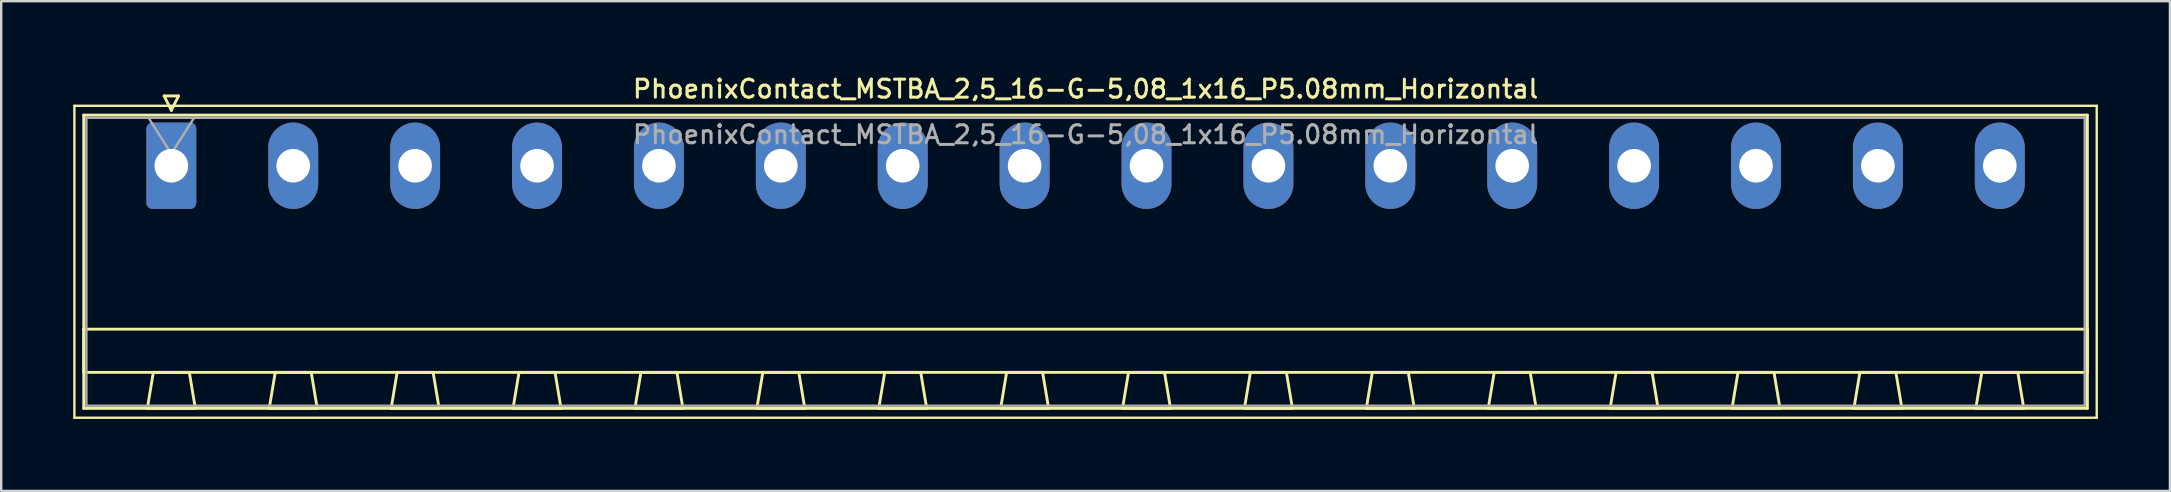
<source format=kicad_pcb>
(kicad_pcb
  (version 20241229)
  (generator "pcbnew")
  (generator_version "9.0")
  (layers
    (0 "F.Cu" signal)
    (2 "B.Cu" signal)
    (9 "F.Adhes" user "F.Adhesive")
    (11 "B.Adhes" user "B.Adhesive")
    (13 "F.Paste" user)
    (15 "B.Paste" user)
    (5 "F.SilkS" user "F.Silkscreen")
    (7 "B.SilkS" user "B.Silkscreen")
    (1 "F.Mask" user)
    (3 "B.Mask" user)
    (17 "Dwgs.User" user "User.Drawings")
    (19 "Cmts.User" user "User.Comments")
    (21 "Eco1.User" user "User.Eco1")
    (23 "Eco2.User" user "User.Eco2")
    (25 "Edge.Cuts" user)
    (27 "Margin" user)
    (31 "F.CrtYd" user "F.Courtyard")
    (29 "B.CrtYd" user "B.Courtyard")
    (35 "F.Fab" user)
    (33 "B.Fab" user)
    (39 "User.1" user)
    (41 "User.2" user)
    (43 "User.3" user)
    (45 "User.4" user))
  (footprint "PhoenixContact_MSTBA_2,5_16-G-5,08_1x16_P5.08mm_Horizontal"
    (layer "F.Cu")
    (at 4.09 3.858)
    (property "Reference" "PhoenixContact_MSTBA_2,5_16-G-5,08_1x16_P5.08mm_Horizontal" (at 38.1 -3.2 0) (layer "F.SilkS") (effects (font (size 0.75 0.75) (thickness 0.125))))
    (attr through_hole)
    (fp_line (start -4.04 -2.5) (end -4.04 10.5) (stroke (width 0.1) (type solid)) (layer "F.SilkS"))
    (fp_line (start -4.04 10.5) (end 80.24 10.5) (stroke (width 0.1) (type solid)) (layer "F.SilkS"))
    (fp_line (start -3.65 -2.11) (end -3.65 10.11) (stroke (width 0.12) (type solid)) (layer "F.SilkS"))
    (fp_line (start -3.65 6.81) (end 79.85 6.81) (stroke (width 0.12) (type solid)) (layer "F.SilkS"))
    (fp_line (start -3.65 8.61) (end -3.65 6.81) (stroke (width 0.12) (type solid)) (layer "F.SilkS"))
    (fp_line (start -3.65 10.11) (end 79.85 10.11) (stroke (width 0.12) (type solid)) (layer "F.SilkS"))
    (fp_line (start -1 10.11) (end 1 10.11) (stroke (width 0.12) (type solid)) (layer "F.SilkS"))
    (fp_line (start -0.75 8.61) (end -1 10.11) (stroke (width 0.12) (type solid)) (layer "F.SilkS"))
    (fp_line (start -0.3 -2.91) (end 0.3 -2.91) (stroke (width 0.12) (type solid)) (layer "F.SilkS"))
    (fp_line (start 0 -2.31) (end -0.3 -2.91) (stroke (width 0.12) (type solid)) (layer "F.SilkS"))
    (fp_line (start 0.3 -2.91) (end 0 -2.31) (stroke (width 0.12) (type solid)) (layer "F.SilkS"))
    (fp_line (start 0.75 8.61) (end -0.75 8.61) (stroke (width 0.12) (type solid)) (layer "F.SilkS"))
    (fp_line (start 1 10.11) (end 0.75 8.61) (stroke (width 0.12) (type solid)) (layer "F.SilkS"))
    (fp_line (start 4.08 10.11) (end 6.08 10.11) (stroke (width 0.12) (type solid)) (layer "F.SilkS"))
    (fp_line (start 4.33 8.61) (end 4.08 10.11) (stroke (width 0.12) (type solid)) (layer "F.SilkS"))
    (fp_line (start 5.83 8.61) (end 4.33 8.61) (stroke (width 0.12) (type solid)) (layer "F.SilkS"))
    (fp_line (start 6.08 10.11) (end 5.83 8.61) (stroke (width 0.12) (type solid)) (layer "F.SilkS"))
    (fp_line (start 9.16 10.11) (end 11.16 10.11) (stroke (width 0.12) (type solid)) (layer "F.SilkS"))
    (fp_line (start 9.41 8.61) (end 9.16 10.11) (stroke (width 0.12) (type solid)) (layer "F.SilkS"))
    (fp_line (start 10.91 8.61) (end 9.41 8.61) (stroke (width 0.12) (type solid)) (layer "F.SilkS"))
    (fp_line (start 11.16 10.11) (end 10.91 8.61) (stroke (width 0.12) (type solid)) (layer "F.SilkS"))
    (fp_line (start 14.24 10.11) (end 16.24 10.11) (stroke (width 0.12) (type solid)) (layer "F.SilkS"))
    (fp_line (start 14.49 8.61) (end 14.24 10.11) (stroke (width 0.12) (type solid)) (layer "F.SilkS"))
    (fp_line (start 15.99 8.61) (end 14.49 8.61) (stroke (width 0.12) (type solid)) (layer "F.SilkS"))
    (fp_line (start 16.24 10.11) (end 15.99 8.61) (stroke (width 0.12) (type solid)) (layer "F.SilkS"))
    (fp_line (start 19.32 10.11) (end 21.32 10.11) (stroke (width 0.12) (type solid)) (layer "F.SilkS"))
    (fp_line (start 19.57 8.61) (end 19.32 10.11) (stroke (width 0.12) (type solid)) (layer "F.SilkS"))
    (fp_line (start 21.07 8.61) (end 19.57 8.61) (stroke (width 0.12) (type solid)) (layer "F.SilkS"))
    (fp_line (start 21.32 10.11) (end 21.07 8.61) (stroke (width 0.12) (type solid)) (layer "F.SilkS"))
    (fp_line (start 24.4 10.11) (end 26.4 10.11) (stroke (width 0.12) (type solid)) (layer "F.SilkS"))
    (fp_line (start 24.65 8.61) (end 24.4 10.11) (stroke (width 0.12) (type solid)) (layer "F.SilkS"))
    (fp_line (start 26.15 8.61) (end 24.65 8.61) (stroke (width 0.12) (type solid)) (layer "F.SilkS"))
    (fp_line (start 26.4 10.11) (end 26.15 8.61) (stroke (width 0.12) (type solid)) (layer "F.SilkS"))
    (fp_line (start 29.48 10.11) (end 31.48 10.11) (stroke (width 0.12) (type solid)) (layer "F.SilkS"))
    (fp_line (start 29.73 8.61) (end 29.48 10.11) (stroke (width 0.12) (type solid)) (layer "F.SilkS"))
    (fp_line (start 31.23 8.61) (end 29.73 8.61) (stroke (width 0.12) (type solid)) (layer "F.SilkS"))
    (fp_line (start 31.48 10.11) (end 31.23 8.61) (stroke (width 0.12) (type solid)) (layer "F.SilkS"))
    (fp_line (start 34.56 10.11) (end 36.56 10.11) (stroke (width 0.12) (type solid)) (layer "F.SilkS"))
    (fp_line (start 34.81 8.61) (end 34.56 10.11) (stroke (width 0.12) (type solid)) (layer "F.SilkS"))
    (fp_line (start 36.31 8.61) (end 34.81 8.61) (stroke (width 0.12) (type solid)) (layer "F.SilkS"))
    (fp_line (start 36.56 10.11) (end 36.31 8.61) (stroke (width 0.12) (type solid)) (layer "F.SilkS"))
    (fp_line (start 39.64 10.11) (end 41.64 10.11) (stroke (width 0.12) (type solid)) (layer "F.SilkS"))
    (fp_line (start 39.89 8.61) (end 39.64 10.11) (stroke (width 0.12) (type solid)) (layer "F.SilkS"))
    (fp_line (start 41.39 8.61) (end 39.89 8.61) (stroke (width 0.12) (type solid)) (layer "F.SilkS"))
    (fp_line (start 41.64 10.11) (end 41.39 8.61) (stroke (width 0.12) (type solid)) (layer "F.SilkS"))
    (fp_line (start 44.72 10.11) (end 46.72 10.11) (stroke (width 0.12) (type solid)) (layer "F.SilkS"))
    (fp_line (start 44.97 8.61) (end 44.72 10.11) (stroke (width 0.12) (type solid)) (layer "F.SilkS"))
    (fp_line (start 46.47 8.61) (end 44.97 8.61) (stroke (width 0.12) (type solid)) (layer "F.SilkS"))
    (fp_line (start 46.72 10.11) (end 46.47 8.61) (stroke (width 0.12) (type solid)) (layer "F.SilkS"))
    (fp_line (start 49.8 10.11) (end 51.8 10.11) (stroke (width 0.12) (type solid)) (layer "F.SilkS"))
    (fp_line (start 50.05 8.61) (end 49.8 10.11) (stroke (width 0.12) (type solid)) (layer "F.SilkS"))
    (fp_line (start 51.55 8.61) (end 50.05 8.61) (stroke (width 0.12) (type solid)) (layer "F.SilkS"))
    (fp_line (start 51.8 10.11) (end 51.55 8.61) (stroke (width 0.12) (type solid)) (layer "F.SilkS"))
    (fp_line (start 54.88 10.11) (end 56.88 10.11) (stroke (width 0.12) (type solid)) (layer "F.SilkS"))
    (fp_line (start 55.13 8.61) (end 54.88 10.11) (stroke (width 0.12) (type solid)) (layer "F.SilkS"))
    (fp_line (start 56.63 8.61) (end 55.13 8.61) (stroke (width 0.12) (type solid)) (layer "F.SilkS"))
    (fp_line (start 56.88 10.11) (end 56.63 8.61) (stroke (width 0.12) (type solid)) (layer "F.SilkS"))
    (fp_line (start 59.96 10.11) (end 61.96 10.11) (stroke (width 0.12) (type solid)) (layer "F.SilkS"))
    (fp_line (start 60.21 8.61) (end 59.96 10.11) (stroke (width 0.12) (type solid)) (layer "F.SilkS"))
    (fp_line (start 61.71 8.61) (end 60.21 8.61) (stroke (width 0.12) (type solid)) (layer "F.SilkS"))
    (fp_line (start 61.96 10.11) (end 61.71 8.61) (stroke (width 0.12) (type solid)) (layer "F.SilkS"))
    (fp_line (start 65.04 10.11) (end 67.04 10.11) (stroke (width 0.12) (type solid)) (layer "F.SilkS"))
    (fp_line (start 65.29 8.61) (end 65.04 10.11) (stroke (width 0.12) (type solid)) (layer "F.SilkS"))
    (fp_line (start 66.79 8.61) (end 65.29 8.61) (stroke (width 0.12) (type solid)) (layer "F.SilkS"))
    (fp_line (start 67.04 10.11) (end 66.79 8.61) (stroke (width 0.12) (type solid)) (layer "F.SilkS"))
    (fp_line (start 70.12 10.11) (end 72.12 10.11) (stroke (width 0.12) (type solid)) (layer "F.SilkS"))
    (fp_line (start 70.37 8.61) (end 70.12 10.11) (stroke (width 0.12) (type solid)) (layer "F.SilkS"))
    (fp_line (start 71.87 8.61) (end 70.37 8.61) (stroke (width 0.12) (type solid)) (layer "F.SilkS"))
    (fp_line (start 72.12 10.11) (end 71.87 8.61) (stroke (width 0.12) (type solid)) (layer "F.SilkS"))
    (fp_line (start 75.2 10.11) (end 77.2 10.11) (stroke (width 0.12) (type solid)) (layer "F.SilkS"))
    (fp_line (start 75.45 8.61) (end 75.2 10.11) (stroke (width 0.12) (type solid)) (layer "F.SilkS"))
    (fp_line (start 76.95 8.61) (end 75.45 8.61) (stroke (width 0.12) (type solid)) (layer "F.SilkS"))
    (fp_line (start 77.2 10.11) (end 76.95 8.61) (stroke (width 0.12) (type solid)) (layer "F.SilkS"))
    (fp_line (start 79.85 -2.11) (end -3.65 -2.11) (stroke (width 0.12) (type solid)) (layer "F.SilkS"))
    (fp_line (start 79.85 6.81) (end 79.85 8.61) (stroke (width 0.12) (type solid)) (layer "F.SilkS"))
    (fp_line (start 79.85 8.61) (end -3.65 8.61) (stroke (width 0.12) (type solid)) (layer "F.SilkS"))
    (fp_line (start 79.85 10.11) (end 79.85 -2.11) (stroke (width 0.12) (type solid)) (layer "F.SilkS"))
    (fp_line (start 80.24 -2.5) (end -4.04 -2.5) (stroke (width 0.1) (type solid)) (layer "F.SilkS"))
    (fp_line (start 80.24 10.5) (end 80.24 -2.5) (stroke (width 0.1) (type solid)) (layer "F.SilkS"))
    (fp_line (start -3.54 -2) (end -3.54 10) (stroke (width 0.1) (type solid)) (layer "F.Fab"))
    (fp_line (start -3.54 10) (end 79.74 10) (stroke (width 0.1) (type solid)) (layer "F.Fab"))
    (fp_line (start 0 -0.5) (end -0.95 -2) (stroke (width 0.1) (type solid)) (layer "F.Fab"))
    (fp_line (start 0.95 -2) (end 0 -0.5) (stroke (width 0.1) (type solid)) (layer "F.Fab"))
    (fp_line (start 79.74 -2) (end -3.54 -2) (stroke (width 0.1) (type solid)) (layer "F.Fab"))
    (fp_line (start 79.74 10) (end 79.74 -2) (stroke (width 0.1) (type solid)) (layer "F.Fab"))
    (fp_text user "${REFERENCE}" (at 38.1 -1.3 0) (layer "F.Fab") (effects (font (size 0.75 0.75) (thickness 0.125))))
    (pad "1" thru_hole roundrect (at 0 0) (size 2.08 3.6) (drill 1.4) (layers "*.Cu" "*.Mask") (roundrect_rratio 0.12))
    (pad "2" thru_hole oval (at 5.08 0) (size 2.08 3.6) (drill 1.4) (layers "*.Cu" "*.Mask"))
    (pad "3" thru_hole oval (at 10.16 0) (size 2.08 3.6) (drill 1.4) (layers "*.Cu" "*.Mask"))
    (pad "4" thru_hole oval (at 15.24 0) (size 2.08 3.6) (drill 1.4) (layers "*.Cu" "*.Mask"))
    (pad "5" thru_hole oval (at 20.32 0) (size 2.08 3.6) (drill 1.4) (layers "*.Cu" "*.Mask"))
    (pad "6" thru_hole oval (at 25.4 0) (size 2.08 3.6) (drill 1.4) (layers "*.Cu" "*.Mask"))
    (pad "7" thru_hole oval (at 30.48 0) (size 2.08 3.6) (drill 1.4) (layers "*.Cu" "*.Mask"))
    (pad "8" thru_hole oval (at 35.56 0) (size 2.08 3.6) (drill 1.4) (layers "*.Cu" "*.Mask"))
    (pad "9" thru_hole oval (at 40.64 0) (size 2.08 3.6) (drill 1.4) (layers "*.Cu" "*.Mask"))
    (pad "10" thru_hole oval (at 45.72 0) (size 2.08 3.6) (drill 1.4) (layers "*.Cu" "*.Mask"))
    (pad "11" thru_hole oval (at 50.8 0) (size 2.08 3.6) (drill 1.4) (layers "*.Cu" "*.Mask"))
    (pad "12" thru_hole oval (at 55.88 0) (size 2.08 3.6) (drill 1.4) (layers "*.Cu" "*.Mask"))
    (pad "13" thru_hole oval (at 60.96 0) (size 2.08 3.6) (drill 1.4) (layers "*.Cu" "*.Mask"))
    (pad "14" thru_hole oval (at 66.04 0) (size 2.08 3.6) (drill 1.4) (layers "*.Cu" "*.Mask"))
    (pad "15" thru_hole oval (at 71.12 0) (size 2.08 3.6) (drill 1.4) (layers "*.Cu" "*.Mask"))
    (pad "16" thru_hole oval (at 76.2 0) (size 2.08 3.6) (drill 1.4) (layers "*.Cu" "*.Mask")))
  (gr_rect
    (start -3 -3)
    (end 87.38 17.408)
    (stroke (width 0.1) (type default))
    (fill no)
    (layer "Edge.Cuts")))
</source>
